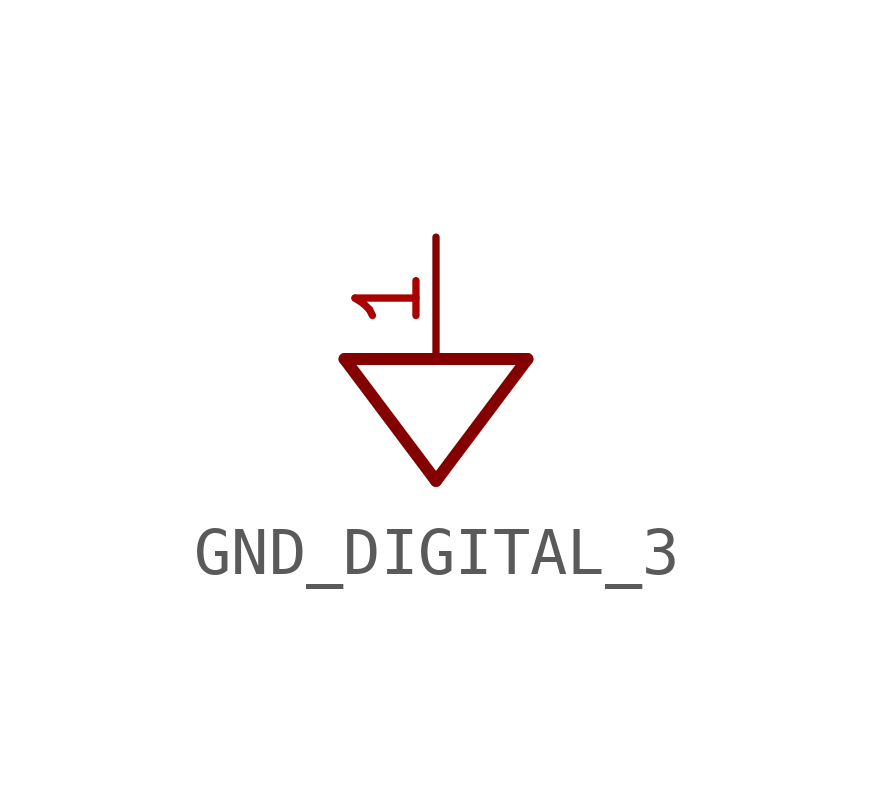
<source format=kicad_sym>
(kicad_symbol_lib
  (version 20231120)
  (generator "kicad_symbol_editor")
  (generator_version "8.0")
  (symbol "GND_DIGITAL_3"
    (power)
    (property "Reference" "#NetPort"
      (at 0 0 0)
      (effects (font (size 1.27 1.27)) (hide yes)))
    (property "ki_locked" ""
      (at 0 0 0)
      (effects (font (size 1.27 1.27))))
    (symbol "GND_DIGITAL_3_1_0"
      (polyline (pts (xy 0 -1.27) (xy -1.905 1.27)) (stroke (width 0.25) (type solid)) (fill (type none)))
      (polyline (pts (xy 1.905 1.27) (xy -1.905 1.27)) (stroke (width 0.25) (type solid)) (fill (type none)))
      (polyline (pts (xy 1.905 1.27) (xy 0 -1.27)) (stroke (width 0.25) (type solid)) (fill (type none)))
      (pin power_in line (at 0 3.81 270) (length 2.54) (name "GNDD" (effects (font (size 0 0)))) (number "1" (effects (font (size 1.27 1.27))))))))
</source>
